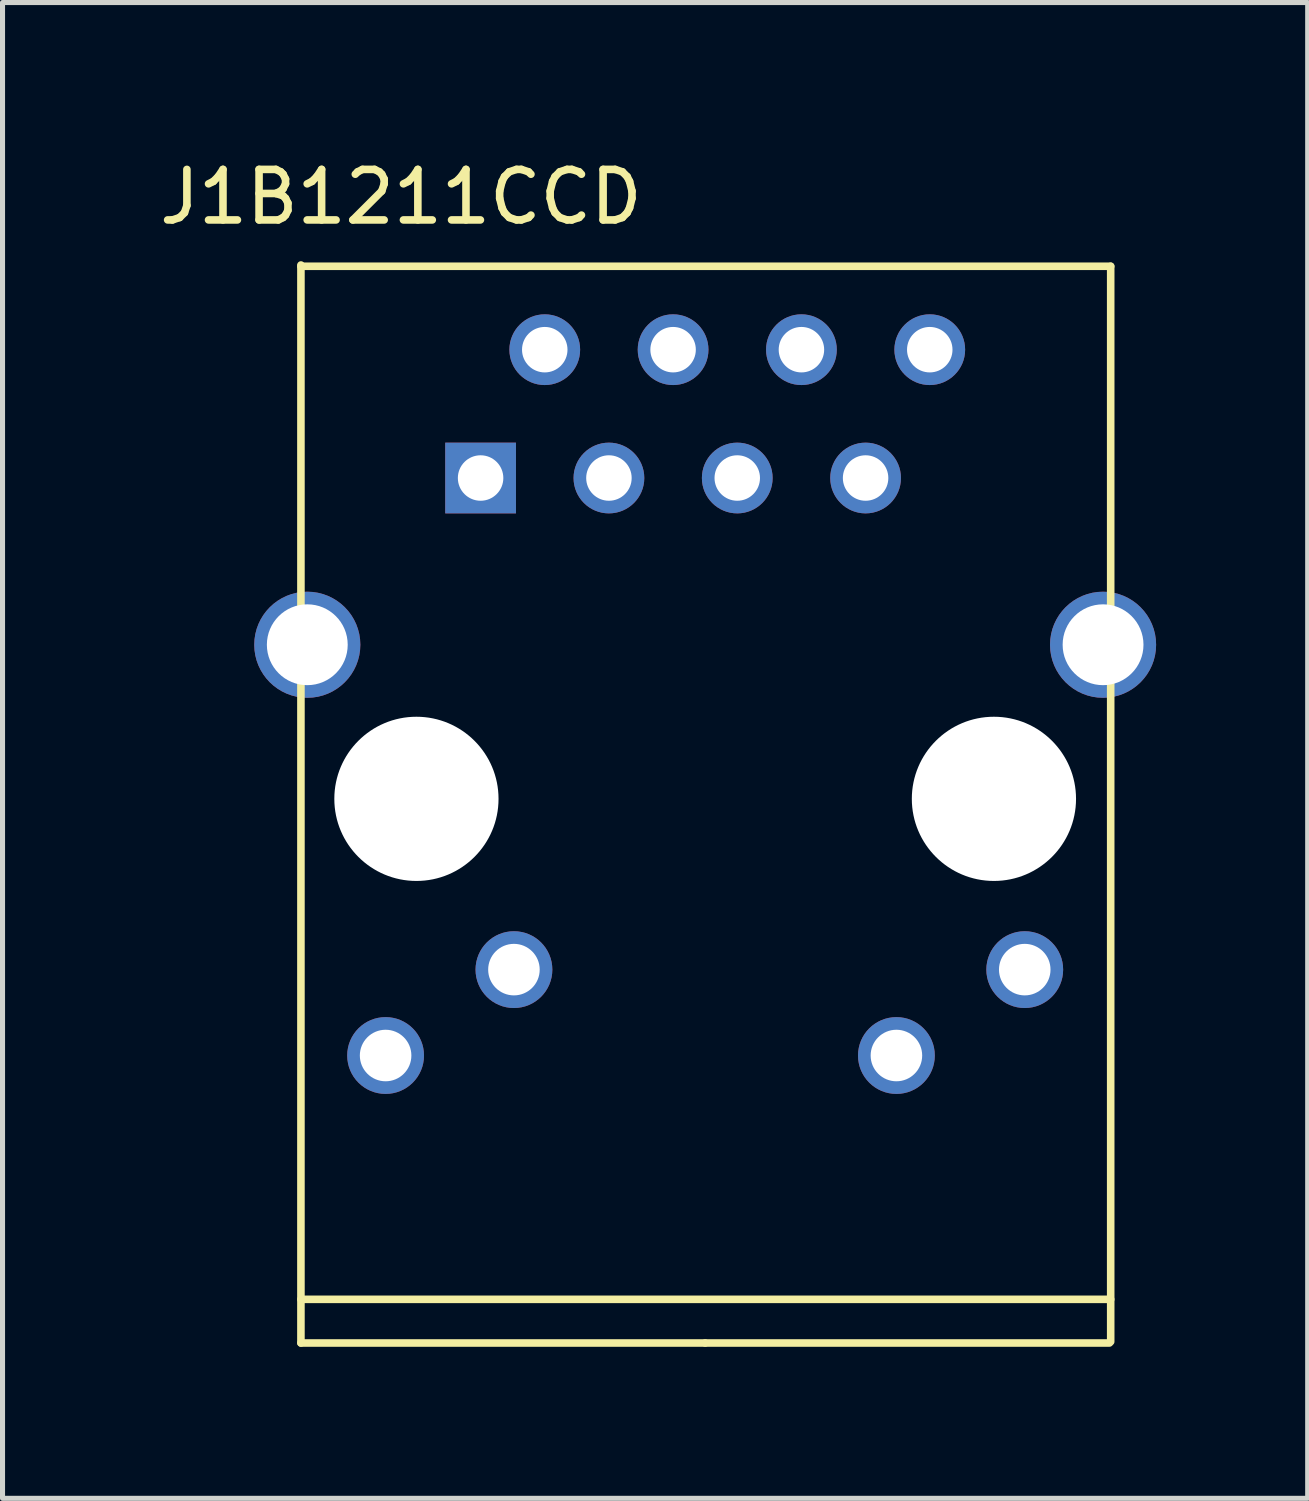
<source format=kicad_pcb>
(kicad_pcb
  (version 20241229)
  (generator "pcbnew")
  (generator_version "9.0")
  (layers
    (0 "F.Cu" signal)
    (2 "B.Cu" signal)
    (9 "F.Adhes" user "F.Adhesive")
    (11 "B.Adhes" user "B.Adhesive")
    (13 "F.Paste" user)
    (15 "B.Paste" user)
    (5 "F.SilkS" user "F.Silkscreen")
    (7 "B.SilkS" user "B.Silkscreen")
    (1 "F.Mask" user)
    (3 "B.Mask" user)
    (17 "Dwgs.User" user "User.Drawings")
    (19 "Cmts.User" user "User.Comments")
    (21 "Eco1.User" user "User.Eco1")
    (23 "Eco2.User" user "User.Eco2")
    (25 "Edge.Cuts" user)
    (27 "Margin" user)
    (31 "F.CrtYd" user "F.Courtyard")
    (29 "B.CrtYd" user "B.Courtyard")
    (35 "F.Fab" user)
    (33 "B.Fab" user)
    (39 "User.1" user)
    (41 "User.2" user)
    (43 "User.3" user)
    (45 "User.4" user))
  (footprint "J1B1211CCD"
    (layer "F.Cu")
    (at 5.192 12.761)
    (property "Reference" "J1B1211CCD" (at -0.305 -11.913 0) (layer "F.SilkS") (effects (font (size 1 1) (thickness 0.15))))
    (attr through_hole)
    (fp_line (start -2.286 9.906) (end 13.741 9.906) (stroke (width 0.15) (type solid)) (layer "F.SilkS"))
    (fp_line (start -2.286 10.77) (end -2.286 -10.566) (stroke (width 0.15) (type solid)) (layer "F.SilkS"))
    (fp_line (start 5.715 10.77) (end -2.286 10.77) (stroke (width 0.15) (type solid)) (layer "F.SilkS"))
    (fp_line (start 5.715 10.77) (end 13.716 10.77) (stroke (width 0.15) (type solid)) (layer "F.SilkS"))
    (fp_line (start 13.741 -10.541) (end -2.286 -10.541) (stroke (width 0.15) (type solid)) (layer "F.SilkS"))
    (fp_line (start 13.741 10.744) (end 13.741 -10.541) (stroke (width 0.15) (type solid)) (layer "F.SilkS"))
    (pad "" np_thru_hole circle (at 0 0) (size 3.25 3.25) (drill 3.25) (layers "*.Cu" "*.Mask"))
    (pad "" np_thru_hole circle (at 11.43 0) (size 3.25 3.25) (drill 3.25) (layers "*.Cu" "*.Mask"))
    (pad "1" thru_hole rect (at 1.27 -6.35) (size 1.4 1.4) (drill 0.9) (layers "*.Cu" "*.Mask"))
    (pad "2" thru_hole circle (at 2.54 -8.89) (size 1.4 1.4) (drill 0.9) (layers "*.Cu" "*.Mask"))
    (pad "3" thru_hole circle (at 3.81 -6.35) (size 1.4 1.4) (drill 0.9) (layers "*.Cu" "*.Mask"))
    (pad "4" thru_hole circle (at 5.08 -8.89) (size 1.4 1.4) (drill 0.9) (layers "*.Cu" "*.Mask"))
    (pad "5" thru_hole circle (at 6.35 -6.35) (size 1.4 1.4) (drill 0.9) (layers "*.Cu" "*.Mask"))
    (pad "6" thru_hole circle (at 7.62 -8.89) (size 1.4 1.4) (drill 0.9) (layers "*.Cu" "*.Mask"))
    (pad "7" thru_hole circle (at 8.89 -6.35) (size 1.4 1.4) (drill 0.9) (layers "*.Cu" "*.Mask"))
    (pad "8" thru_hole circle (at 10.16 -8.89) (size 1.4 1.4) (drill 0.9) (layers "*.Cu" "*.Mask"))
    (pad "9" thru_hole circle (at -0.61 5.08) (size 1.52 1.52) (drill 1.02) (layers "*.Cu" "*.Mask"))
    (pad "10" thru_hole circle (at 1.93 3.38) (size 1.52 1.52) (drill 1.02) (layers "*.Cu" "*.Mask"))
    (pad "11" thru_hole circle (at 9.5 5.08) (size 1.52 1.52) (drill 1.02) (layers "*.Cu" "*.Mask"))
    (pad "12" thru_hole circle (at 12.04 3.38) (size 1.52 1.52) (drill 1.02) (layers "*.Cu" "*.Mask"))
    (pad "13" thru_hole circle (at -2.16 -3.05) (size 2.1 2.1) (drill 1.6) (layers "*.Cu" "*.Mask"))
    (pad "14" thru_hole circle (at 13.59 -3.05) (size 2.1 2.1) (drill 1.6) (layers "*.Cu" "*.Mask")))
  (gr_rect
    (start -3 -3)
    (end 22.832 26.605)
    (stroke (width 0.1) (type default))
    (fill no)
    (layer "Edge.Cuts")))
</source>
